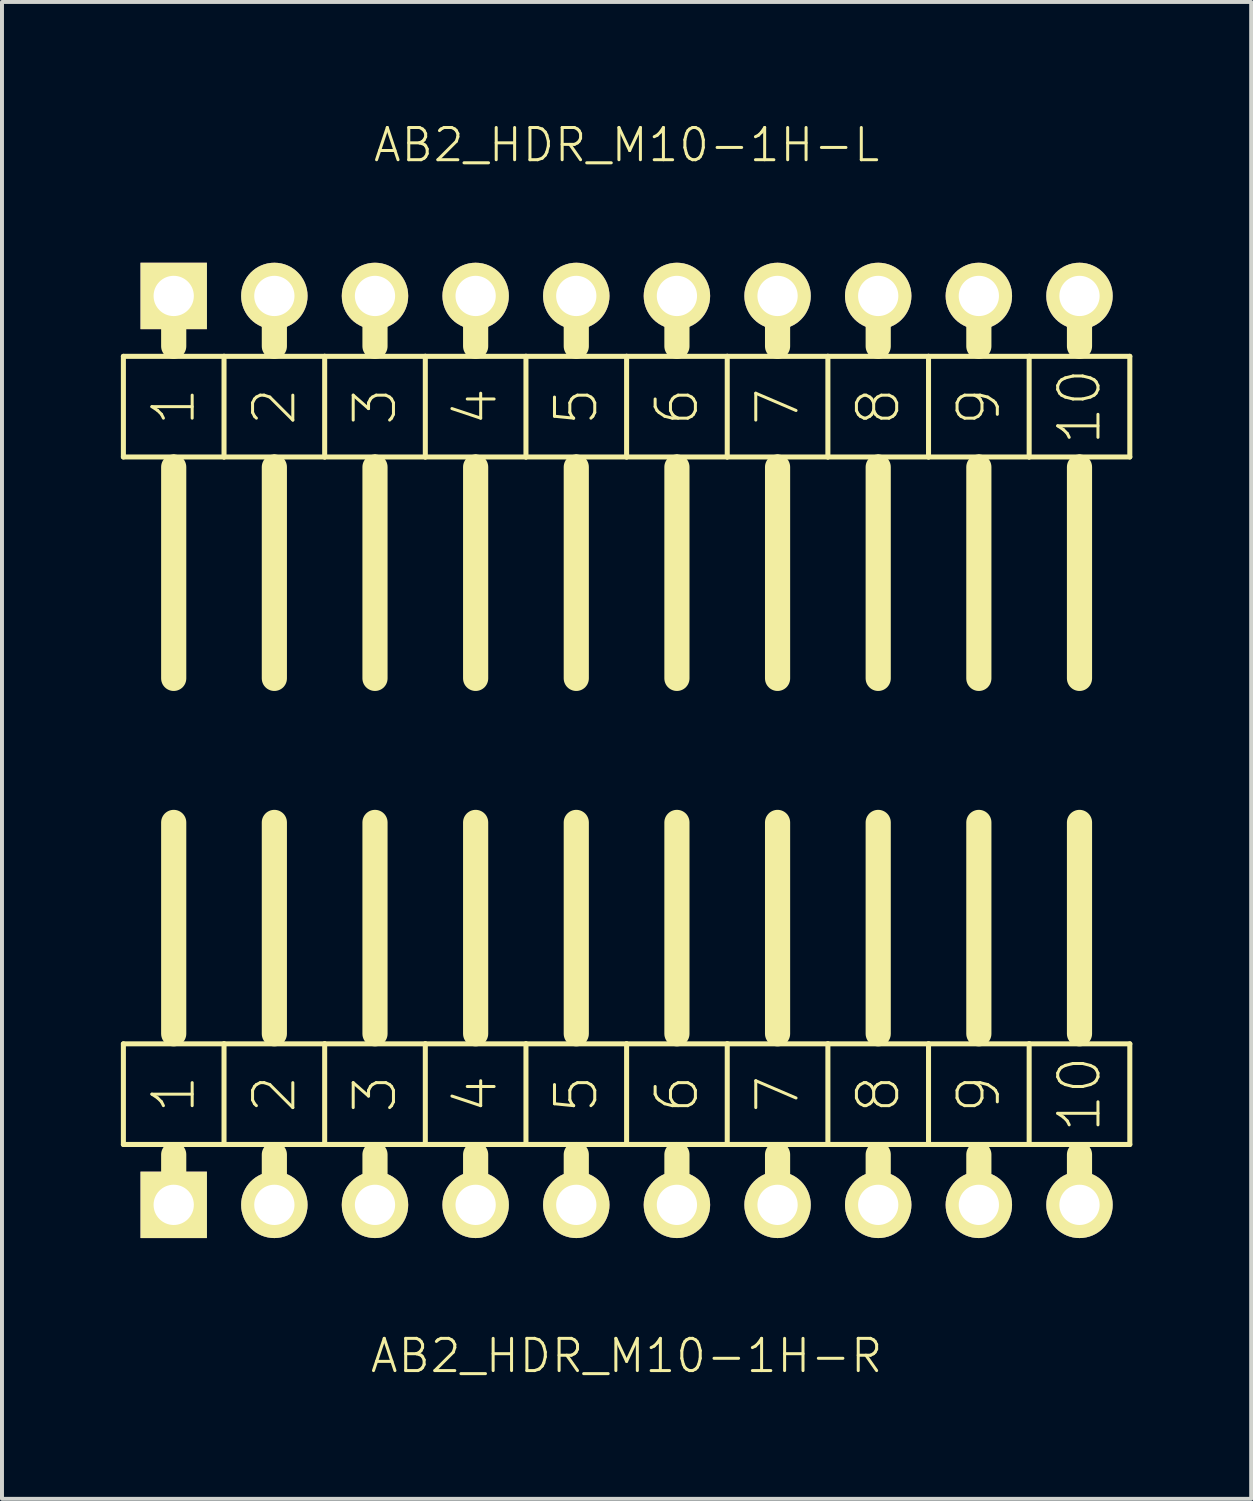
<source format=kicad_pcb>
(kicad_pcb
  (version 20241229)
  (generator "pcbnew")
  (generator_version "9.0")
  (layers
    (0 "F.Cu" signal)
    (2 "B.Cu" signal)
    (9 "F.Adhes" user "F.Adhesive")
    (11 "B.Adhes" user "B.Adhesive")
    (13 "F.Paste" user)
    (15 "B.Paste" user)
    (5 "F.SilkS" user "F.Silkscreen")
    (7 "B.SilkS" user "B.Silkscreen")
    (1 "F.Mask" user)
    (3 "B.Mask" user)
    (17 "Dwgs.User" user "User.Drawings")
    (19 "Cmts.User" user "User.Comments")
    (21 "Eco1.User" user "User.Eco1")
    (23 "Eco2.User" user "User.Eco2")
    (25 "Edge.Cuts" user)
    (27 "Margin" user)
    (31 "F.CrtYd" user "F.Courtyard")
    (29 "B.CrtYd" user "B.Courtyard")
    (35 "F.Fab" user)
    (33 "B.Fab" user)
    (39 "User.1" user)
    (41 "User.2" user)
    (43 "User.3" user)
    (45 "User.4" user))
  (footprint "AB2_HDR_M10-1H-L"
    (layer "F.Cu")
    (at 12.764 4.419)
    (property "Reference" "AB2_HDR_M10-1H-L" (at 0 -3.81 0) (layer "F.SilkS") (effects (font (size 0.813 0.813) (thickness 0.076))))
    (attr through_hole)
    (fp_line (start -12.7 1.524) (end -12.7 4.064) (stroke (width 0.127) (type solid)) (layer "F.SilkS"))
    (fp_line (start -12.7 4.064) (end -11.43 4.064) (stroke (width 0.127) (type solid)) (layer "F.SilkS"))
    (fp_line (start -11.43 0) (end -11.43 1.27) (stroke (width 0.635) (type solid)) (layer "F.SilkS"))
    (fp_line (start -11.43 1.524) (end -12.7 1.524) (stroke (width 0.127) (type solid)) (layer "F.SilkS"))
    (fp_line (start -11.43 4.064) (end -10.16 4.064) (stroke (width 0.127) (type solid)) (layer "F.SilkS"))
    (fp_line (start -11.43 4.318) (end -11.43 9.652) (stroke (width 0.635) (type solid)) (layer "F.SilkS"))
    (fp_line (start -10.16 1.524) (end -11.43 1.524) (stroke (width 0.127) (type solid)) (layer "F.SilkS"))
    (fp_line (start -10.16 4.064) (end -10.16 1.524) (stroke (width 0.127) (type solid)) (layer "F.SilkS"))
    (fp_line (start -10.16 4.064) (end -8.89 4.064) (stroke (width 0.127) (type solid)) (layer "F.SilkS"))
    (fp_line (start -8.89 0) (end -8.89 1.27) (stroke (width 0.635) (type solid)) (layer "F.SilkS"))
    (fp_line (start -8.89 1.524) (end -10.16 1.524) (stroke (width 0.127) (type solid)) (layer "F.SilkS"))
    (fp_line (start -8.89 4.064) (end -7.62 4.064) (stroke (width 0.127) (type solid)) (layer "F.SilkS"))
    (fp_line (start -8.89 4.318) (end -8.89 9.652) (stroke (width 0.635) (type solid)) (layer "F.SilkS"))
    (fp_line (start -7.62 1.524) (end -8.89 1.524) (stroke (width 0.127) (type solid)) (layer "F.SilkS"))
    (fp_line (start -7.62 4.064) (end -7.62 1.524) (stroke (width 0.127) (type solid)) (layer "F.SilkS"))
    (fp_line (start -7.62 4.064) (end -6.35 4.064) (stroke (width 0.127) (type solid)) (layer "F.SilkS"))
    (fp_line (start -6.35 0) (end -6.35 1.27) (stroke (width 0.635) (type solid)) (layer "F.SilkS"))
    (fp_line (start -6.35 1.524) (end -7.62 1.524) (stroke (width 0.127) (type solid)) (layer "F.SilkS"))
    (fp_line (start -6.35 4.064) (end -5.08 4.064) (stroke (width 0.127) (type solid)) (layer "F.SilkS"))
    (fp_line (start -6.35 4.318) (end -6.35 9.652) (stroke (width 0.635) (type solid)) (layer "F.SilkS"))
    (fp_line (start -5.08 1.524) (end -6.35 1.524) (stroke (width 0.127) (type solid)) (layer "F.SilkS"))
    (fp_line (start -5.08 4.064) (end -5.08 1.524) (stroke (width 0.127) (type solid)) (layer "F.SilkS"))
    (fp_line (start -5.08 4.064) (end -3.81 4.064) (stroke (width 0.127) (type solid)) (layer "F.SilkS"))
    (fp_line (start -3.81 0) (end -3.81 1.27) (stroke (width 0.635) (type solid)) (layer "F.SilkS"))
    (fp_line (start -3.81 1.524) (end -5.08 1.524) (stroke (width 0.127) (type solid)) (layer "F.SilkS"))
    (fp_line (start -3.81 4.064) (end -2.54 4.064) (stroke (width 0.127) (type solid)) (layer "F.SilkS"))
    (fp_line (start -3.81 4.318) (end -3.81 9.652) (stroke (width 0.635) (type solid)) (layer "F.SilkS"))
    (fp_line (start -2.54 1.524) (end -3.81 1.524) (stroke (width 0.127) (type solid)) (layer "F.SilkS"))
    (fp_line (start -2.54 4.064) (end -2.54 1.524) (stroke (width 0.127) (type solid)) (layer "F.SilkS"))
    (fp_line (start -2.54 4.064) (end -1.27 4.064) (stroke (width 0.127) (type solid)) (layer "F.SilkS"))
    (fp_line (start -1.27 0) (end -1.27 1.27) (stroke (width 0.635) (type solid)) (layer "F.SilkS"))
    (fp_line (start -1.27 1.524) (end -2.54 1.524) (stroke (width 0.127) (type solid)) (layer "F.SilkS"))
    (fp_line (start -1.27 4.064) (end 0 4.064) (stroke (width 0.127) (type solid)) (layer "F.SilkS"))
    (fp_line (start -1.27 4.318) (end -1.27 9.652) (stroke (width 0.635) (type solid)) (layer "F.SilkS"))
    (fp_line (start 0 1.524) (end -1.27 1.524) (stroke (width 0.127) (type solid)) (layer "F.SilkS"))
    (fp_line (start 0 4.064) (end 0 1.524) (stroke (width 0.127) (type solid)) (layer "F.SilkS"))
    (fp_line (start 0 4.064) (end 1.27 4.064) (stroke (width 0.127) (type solid)) (layer "F.SilkS"))
    (fp_line (start 1.27 0) (end 1.27 1.27) (stroke (width 0.635) (type solid)) (layer "F.SilkS"))
    (fp_line (start 1.27 1.524) (end 0 1.524) (stroke (width 0.127) (type solid)) (layer "F.SilkS"))
    (fp_line (start 1.27 4.064) (end 2.54 4.064) (stroke (width 0.127) (type solid)) (layer "F.SilkS"))
    (fp_line (start 1.27 4.318) (end 1.27 9.652) (stroke (width 0.635) (type solid)) (layer "F.SilkS"))
    (fp_line (start 2.54 1.524) (end 1.27 1.524) (stroke (width 0.127) (type solid)) (layer "F.SilkS"))
    (fp_line (start 2.54 4.064) (end 2.54 1.524) (stroke (width 0.127) (type solid)) (layer "F.SilkS"))
    (fp_line (start 2.54 4.064) (end 3.81 4.064) (stroke (width 0.127) (type solid)) (layer "F.SilkS"))
    (fp_line (start 3.81 0) (end 3.81 1.27) (stroke (width 0.635) (type solid)) (layer "F.SilkS"))
    (fp_line (start 3.81 1.524) (end 2.54 1.524) (stroke (width 0.127) (type solid)) (layer "F.SilkS"))
    (fp_line (start 3.81 4.064) (end 5.08 4.064) (stroke (width 0.127) (type solid)) (layer "F.SilkS"))
    (fp_line (start 3.81 4.318) (end 3.81 9.652) (stroke (width 0.635) (type solid)) (layer "F.SilkS"))
    (fp_line (start 5.08 1.524) (end 3.81 1.524) (stroke (width 0.127) (type solid)) (layer "F.SilkS"))
    (fp_line (start 5.08 4.064) (end 5.08 1.524) (stroke (width 0.127) (type solid)) (layer "F.SilkS"))
    (fp_line (start 5.08 4.064) (end 6.35 4.064) (stroke (width 0.127) (type solid)) (layer "F.SilkS"))
    (fp_line (start 6.35 0) (end 6.35 1.27) (stroke (width 0.635) (type solid)) (layer "F.SilkS"))
    (fp_line (start 6.35 1.524) (end 5.08 1.524) (stroke (width 0.127) (type solid)) (layer "F.SilkS"))
    (fp_line (start 6.35 4.064) (end 7.62 4.064) (stroke (width 0.127) (type solid)) (layer "F.SilkS"))
    (fp_line (start 6.35 4.318) (end 6.35 9.652) (stroke (width 0.635) (type solid)) (layer "F.SilkS"))
    (fp_line (start 7.62 1.524) (end 6.35 1.524) (stroke (width 0.127) (type solid)) (layer "F.SilkS"))
    (fp_line (start 7.62 4.064) (end 7.62 1.524) (stroke (width 0.127) (type solid)) (layer "F.SilkS"))
    (fp_line (start 7.62 4.064) (end 8.89 4.064) (stroke (width 0.127) (type solid)) (layer "F.SilkS"))
    (fp_line (start 8.89 0) (end 8.89 1.27) (stroke (width 0.635) (type solid)) (layer "F.SilkS"))
    (fp_line (start 8.89 1.524) (end 7.62 1.524) (stroke (width 0.127) (type solid)) (layer "F.SilkS"))
    (fp_line (start 8.89 4.064) (end 10.16 4.064) (stroke (width 0.127) (type solid)) (layer "F.SilkS"))
    (fp_line (start 8.89 4.318) (end 8.89 9.652) (stroke (width 0.635) (type solid)) (layer "F.SilkS"))
    (fp_line (start 10.16 1.524) (end 8.89 1.524) (stroke (width 0.127) (type solid)) (layer "F.SilkS"))
    (fp_line (start 10.16 4.064) (end 10.16 1.524) (stroke (width 0.127) (type solid)) (layer "F.SilkS"))
    (fp_line (start 10.16 4.064) (end 11.43 4.064) (stroke (width 0.127) (type solid)) (layer "F.SilkS"))
    (fp_line (start 11.43 0) (end 11.43 1.27) (stroke (width 0.635) (type solid)) (layer "F.SilkS"))
    (fp_line (start 11.43 1.524) (end 10.16 1.524) (stroke (width 0.127) (type solid)) (layer "F.SilkS"))
    (fp_line (start 11.43 4.064) (end 12.7 4.064) (stroke (width 0.127) (type solid)) (layer "F.SilkS"))
    (fp_line (start 11.43 4.318) (end 11.43 9.652) (stroke (width 0.635) (type solid)) (layer "F.SilkS"))
    (fp_line (start 12.7 1.524) (end 11.43 1.524) (stroke (width 0.127) (type solid)) (layer "F.SilkS"))
    (fp_line (start 12.7 4.064) (end 12.7 1.524) (stroke (width 0.127) (type solid)) (layer "F.SilkS"))
    (fp_text user "3" (at -6.35 2.794 90) (layer "F.SilkS") (effects (font (size 1.016 1.016) (thickness 0.076))))
    (fp_text user "7" (at 3.81 2.794 90) (layer "F.SilkS") (effects (font (size 1.016 1.016) (thickness 0.076))))
    (fp_text user "9" (at 8.89 2.794 90) (layer "F.SilkS") (effects (font (size 1.016 1.016) (thickness 0.076))))
    (fp_text user "2" (at -8.89 2.794 90) (layer "F.SilkS") (effects (font (size 1.016 1.016) (thickness 0.076))))
    (fp_text user "8" (at 6.35 2.794 90) (layer "F.SilkS") (effects (font (size 1.016 1.016) (thickness 0.076))))
    (fp_text user "10" (at 11.43 2.794 90) (layer "F.SilkS") (effects (font (size 1.016 1.016) (thickness 0.076))))
    (fp_text user "6" (at 1.27 2.794 90) (layer "F.SilkS") (effects (font (size 1.016 1.016) (thickness 0.076))))
    (fp_text user "1" (at -11.43 2.794 90) (layer "F.SilkS") (effects (font (size 1.016 1.016) (thickness 0.076))))
    (fp_text user "4" (at -3.81 2.794 90) (layer "F.SilkS") (effects (font (size 1.016 1.016) (thickness 0.076))))
    (fp_text user "5" (at -1.27 2.794 90) (layer "F.SilkS") (effects (font (size 1.016 1.016) (thickness 0.076))))
    (pad "1" thru_hole rect (at -11.43 0) (size 1.676 1.676) (drill 1.016) (layers "*.Cu" "*.Mask" "F.SilkS"))
    (pad "2" thru_hole circle (at -8.89 0) (size 1.676 1.676) (drill 1.016) (layers "*.Cu" "*.Mask" "F.SilkS"))
    (pad "3" thru_hole circle (at -6.35 0) (size 1.676 1.676) (drill 1.016) (layers "*.Cu" "*.Mask" "F.SilkS"))
    (pad "4" thru_hole circle (at -3.81 0) (size 1.676 1.676) (drill 1.016) (layers "*.Cu" "*.Mask" "F.SilkS"))
    (pad "5" thru_hole circle (at -1.27 0) (size 1.676 1.676) (drill 1.016) (layers "*.Cu" "*.Mask" "F.SilkS"))
    (pad "6" thru_hole circle (at 1.27 0) (size 1.676 1.676) (drill 1.016) (layers "*.Cu" "*.Mask" "F.SilkS"))
    (pad "7" thru_hole circle (at 3.81 0) (size 1.676 1.676) (drill 1.016) (layers "*.Cu" "*.Mask" "F.SilkS"))
    (pad "8" thru_hole circle (at 6.35 0) (size 1.676 1.676) (drill 1.016) (layers "*.Cu" "*.Mask" "F.SilkS"))
    (pad "9" thru_hole circle (at 8.89 0) (size 1.676 1.676) (drill 1.016) (layers "*.Cu" "*.Mask" "F.SilkS"))
    (pad "10" thru_hole circle (at 11.43 0) (size 1.676 1.676) (drill 1.016) (layers "*.Cu" "*.Mask" "F.SilkS")))
  (footprint "AB2_HDR_M10-1H-R"
    (layer "F.Cu")
    (at 12.764 27.358)
    (property "Reference" "AB2_HDR_M10-1H-R" (at 0 3.81 0) (layer "F.SilkS") (effects (font (size 0.813 0.813) (thickness 0.076))))
    (attr through_hole)
    (fp_line (start -12.7 -4.064) (end -12.7 -1.524) (stroke (width 0.127) (type solid)) (layer "F.SilkS"))
    (fp_line (start -12.7 -1.524) (end -11.43 -1.524) (stroke (width 0.127) (type solid)) (layer "F.SilkS"))
    (fp_line (start -11.43 -4.318) (end -11.43 -9.652) (stroke (width 0.635) (type solid)) (layer "F.SilkS"))
    (fp_line (start -11.43 -1.524) (end -10.16 -1.524) (stroke (width 0.127) (type solid)) (layer "F.SilkS"))
    (fp_line (start -11.43 -1.27) (end -11.43 0) (stroke (width 0.635) (type solid)) (layer "F.SilkS"))
    (fp_line (start -10.16 -4.064) (end -12.7 -4.064) (stroke (width 0.127) (type solid)) (layer "F.SilkS"))
    (fp_line (start -10.16 -1.524) (end -10.16 -4.064) (stroke (width 0.127) (type solid)) (layer "F.SilkS"))
    (fp_line (start -10.16 -1.524) (end -8.89 -1.524) (stroke (width 0.127) (type solid)) (layer "F.SilkS"))
    (fp_line (start -8.89 -4.318) (end -8.89 -9.652) (stroke (width 0.635) (type solid)) (layer "F.SilkS"))
    (fp_line (start -8.89 -1.524) (end -7.62 -1.524) (stroke (width 0.127) (type solid)) (layer "F.SilkS"))
    (fp_line (start -8.89 -1.27) (end -8.89 0) (stroke (width 0.635) (type solid)) (layer "F.SilkS"))
    (fp_line (start -7.62 -4.064) (end -10.16 -4.064) (stroke (width 0.127) (type solid)) (layer "F.SilkS"))
    (fp_line (start -7.62 -1.524) (end -7.62 -4.064) (stroke (width 0.127) (type solid)) (layer "F.SilkS"))
    (fp_line (start -7.62 -1.524) (end -6.35 -1.524) (stroke (width 0.127) (type solid)) (layer "F.SilkS"))
    (fp_line (start -6.35 -4.318) (end -6.35 -9.652) (stroke (width 0.635) (type solid)) (layer "F.SilkS"))
    (fp_line (start -6.35 -1.524) (end -5.08 -1.524) (stroke (width 0.127) (type solid)) (layer "F.SilkS"))
    (fp_line (start -6.35 -1.27) (end -6.35 0) (stroke (width 0.635) (type solid)) (layer "F.SilkS"))
    (fp_line (start -5.08 -4.064) (end -7.62 -4.064) (stroke (width 0.127) (type solid)) (layer "F.SilkS"))
    (fp_line (start -5.08 -1.524) (end -5.08 -4.064) (stroke (width 0.127) (type solid)) (layer "F.SilkS"))
    (fp_line (start -5.08 -1.524) (end -3.81 -1.524) (stroke (width 0.127) (type solid)) (layer "F.SilkS"))
    (fp_line (start -3.81 -4.318) (end -3.81 -9.652) (stroke (width 0.635) (type solid)) (layer "F.SilkS"))
    (fp_line (start -3.81 -1.524) (end -2.54 -1.524) (stroke (width 0.127) (type solid)) (layer "F.SilkS"))
    (fp_line (start -3.81 -1.27) (end -3.81 0) (stroke (width 0.635) (type solid)) (layer "F.SilkS"))
    (fp_line (start -2.54 -4.064) (end -5.08 -4.064) (stroke (width 0.127) (type solid)) (layer "F.SilkS"))
    (fp_line (start -2.54 -1.524) (end -2.54 -4.064) (stroke (width 0.127) (type solid)) (layer "F.SilkS"))
    (fp_line (start -2.54 -1.524) (end -1.27 -1.524) (stroke (width 0.127) (type solid)) (layer "F.SilkS"))
    (fp_line (start -1.27 -4.318) (end -1.27 -9.652) (stroke (width 0.635) (type solid)) (layer "F.SilkS"))
    (fp_line (start -1.27 -1.524) (end 0 -1.524) (stroke (width 0.127) (type solid)) (layer "F.SilkS"))
    (fp_line (start -1.27 -1.27) (end -1.27 0) (stroke (width 0.635) (type solid)) (layer "F.SilkS"))
    (fp_line (start 0 -4.064) (end -2.54 -4.064) (stroke (width 0.127) (type solid)) (layer "F.SilkS"))
    (fp_line (start 0 -1.524) (end 0 -4.064) (stroke (width 0.127) (type solid)) (layer "F.SilkS"))
    (fp_line (start 0 -1.524) (end 1.27 -1.524) (stroke (width 0.127) (type solid)) (layer "F.SilkS"))
    (fp_line (start 1.27 -4.318) (end 1.27 -9.652) (stroke (width 0.635) (type solid)) (layer "F.SilkS"))
    (fp_line (start 1.27 -1.524) (end 2.54 -1.524) (stroke (width 0.127) (type solid)) (layer "F.SilkS"))
    (fp_line (start 1.27 -1.27) (end 1.27 0) (stroke (width 0.635) (type solid)) (layer "F.SilkS"))
    (fp_line (start 2.54 -4.064) (end 0 -4.064) (stroke (width 0.127) (type solid)) (layer "F.SilkS"))
    (fp_line (start 2.54 -1.524) (end 2.54 -4.064) (stroke (width 0.127) (type solid)) (layer "F.SilkS"))
    (fp_line (start 2.54 -1.524) (end 3.81 -1.524) (stroke (width 0.127) (type solid)) (layer "F.SilkS"))
    (fp_line (start 3.81 -4.318) (end 3.81 -9.652) (stroke (width 0.635) (type solid)) (layer "F.SilkS"))
    (fp_line (start 3.81 -1.524) (end 5.08 -1.524) (stroke (width 0.127) (type solid)) (layer "F.SilkS"))
    (fp_line (start 3.81 -1.27) (end 3.81 0) (stroke (width 0.635) (type solid)) (layer "F.SilkS"))
    (fp_line (start 5.08 -4.064) (end 2.54 -4.064) (stroke (width 0.127) (type solid)) (layer "F.SilkS"))
    (fp_line (start 5.08 -1.524) (end 5.08 -4.064) (stroke (width 0.127) (type solid)) (layer "F.SilkS"))
    (fp_line (start 5.08 -1.524) (end 6.35 -1.524) (stroke (width 0.127) (type solid)) (layer "F.SilkS"))
    (fp_line (start 6.35 -4.318) (end 6.35 -9.652) (stroke (width 0.635) (type solid)) (layer "F.SilkS"))
    (fp_line (start 6.35 -1.524) (end 7.62 -1.524) (stroke (width 0.127) (type solid)) (layer "F.SilkS"))
    (fp_line (start 6.35 -1.27) (end 6.35 0) (stroke (width 0.635) (type solid)) (layer "F.SilkS"))
    (fp_line (start 7.62 -4.064) (end 5.08 -4.064) (stroke (width 0.127) (type solid)) (layer "F.SilkS"))
    (fp_line (start 7.62 -1.524) (end 7.62 -4.064) (stroke (width 0.127) (type solid)) (layer "F.SilkS"))
    (fp_line (start 7.62 -1.524) (end 8.89 -1.524) (stroke (width 0.127) (type solid)) (layer "F.SilkS"))
    (fp_line (start 8.89 -4.318) (end 8.89 -9.652) (stroke (width 0.635) (type solid)) (layer "F.SilkS"))
    (fp_line (start 8.89 -1.524) (end 10.16 -1.524) (stroke (width 0.127) (type solid)) (layer "F.SilkS"))
    (fp_line (start 8.89 -1.27) (end 8.89 0) (stroke (width 0.635) (type solid)) (layer "F.SilkS"))
    (fp_line (start 10.16 -4.064) (end 7.62 -4.064) (stroke (width 0.127) (type solid)) (layer "F.SilkS"))
    (fp_line (start 10.16 -1.524) (end 10.16 -4.064) (stroke (width 0.127) (type solid)) (layer "F.SilkS"))
    (fp_line (start 10.16 -1.524) (end 11.43 -1.524) (stroke (width 0.127) (type solid)) (layer "F.SilkS"))
    (fp_line (start 11.43 -4.318) (end 11.43 -9.652) (stroke (width 0.635) (type solid)) (layer "F.SilkS"))
    (fp_line (start 11.43 -1.524) (end 12.7 -1.524) (stroke (width 0.127) (type solid)) (layer "F.SilkS"))
    (fp_line (start 11.43 -1.27) (end 11.43 0) (stroke (width 0.635) (type solid)) (layer "F.SilkS"))
    (fp_line (start 12.7 -4.064) (end 10.16 -4.064) (stroke (width 0.127) (type solid)) (layer "F.SilkS"))
    (fp_line (start 12.7 -1.524) (end 12.7 -4.064) (stroke (width 0.127) (type solid)) (layer "F.SilkS"))
    (fp_text user "5" (at -1.27 -2.794 90) (layer "F.SilkS") (effects (font (size 1.016 1.016) (thickness 0.076))))
    (fp_text user "1" (at -11.43 -2.794 270) (layer "F.SilkS") (effects (font (size 1.016 1.016) (thickness 0.076))))
    (fp_text user "2" (at -8.89 -2.794 90) (layer "F.SilkS") (effects (font (size 1.016 1.016) (thickness 0.076))))
    (fp_text user "10" (at 11.43 -2.794 90) (layer "F.SilkS") (effects (font (size 1.016 1.016) (thickness 0.076))))
    (fp_text user "8" (at 6.35 -2.794 90) (layer "F.SilkS") (effects (font (size 1.016 1.016) (thickness 0.076))))
    (fp_text user "9" (at 8.89 -2.794 90) (layer "F.SilkS") (effects (font (size 1.016 1.016) (thickness 0.076))))
    (fp_text user "7" (at 3.81 -2.794 90) (layer "F.SilkS") (effects (font (size 1.016 1.016) (thickness 0.076))))
    (fp_text user "6" (at 1.27 -2.794 90) (layer "F.SilkS") (effects (font (size 1.016 1.016) (thickness 0.076))))
    (fp_text user "4" (at -3.81 -2.794 90) (layer "F.SilkS") (effects (font (size 1.016 1.016) (thickness 0.076))))
    (fp_text user "3" (at -6.35 -2.794 90) (layer "F.SilkS") (effects (font (size 1.016 1.016) (thickness 0.076))))
    (pad "1" thru_hole rect (at -11.43 0) (size 1.676 1.676) (drill 1.016) (layers "*.Cu" "*.Mask" "F.SilkS"))
    (pad "2" thru_hole circle (at -8.89 0) (size 1.676 1.676) (drill 1.016) (layers "*.Cu" "*.Mask" "F.SilkS"))
    (pad "3" thru_hole circle (at -6.35 0) (size 1.676 1.676) (drill 1.016) (layers "*.Cu" "*.Mask" "F.SilkS"))
    (pad "4" thru_hole circle (at -3.81 0) (size 1.676 1.676) (drill 1.016) (layers "*.Cu" "*.Mask" "F.SilkS"))
    (pad "5" thru_hole circle (at -1.27 0) (size 1.676 1.676) (drill 1.016) (layers "*.Cu" "*.Mask" "F.SilkS"))
    (pad "6" thru_hole circle (at 1.27 0) (size 1.676 1.676) (drill 1.016) (layers "*.Cu" "*.Mask" "F.SilkS"))
    (pad "7" thru_hole circle (at 3.81 0) (size 1.676 1.676) (drill 1.016) (layers "*.Cu" "*.Mask" "F.SilkS"))
    (pad "8" thru_hole circle (at 6.35 0) (size 1.676 1.676) (drill 1.016) (layers "*.Cu" "*.Mask" "F.SilkS"))
    (pad "9" thru_hole circle (at 8.89 0) (size 1.676 1.676) (drill 1.016) (layers "*.Cu" "*.Mask" "F.SilkS"))
    (pad "10" thru_hole circle (at 11.43 0) (size 1.676 1.676) (drill 1.016) (layers "*.Cu" "*.Mask" "F.SilkS")))
  (gr_rect
    (start -3 -3)
    (end 28.527 34.777)
    (stroke (width 0.1) (type default))
    (fill no)
    (layer "Edge.Cuts")))
</source>
